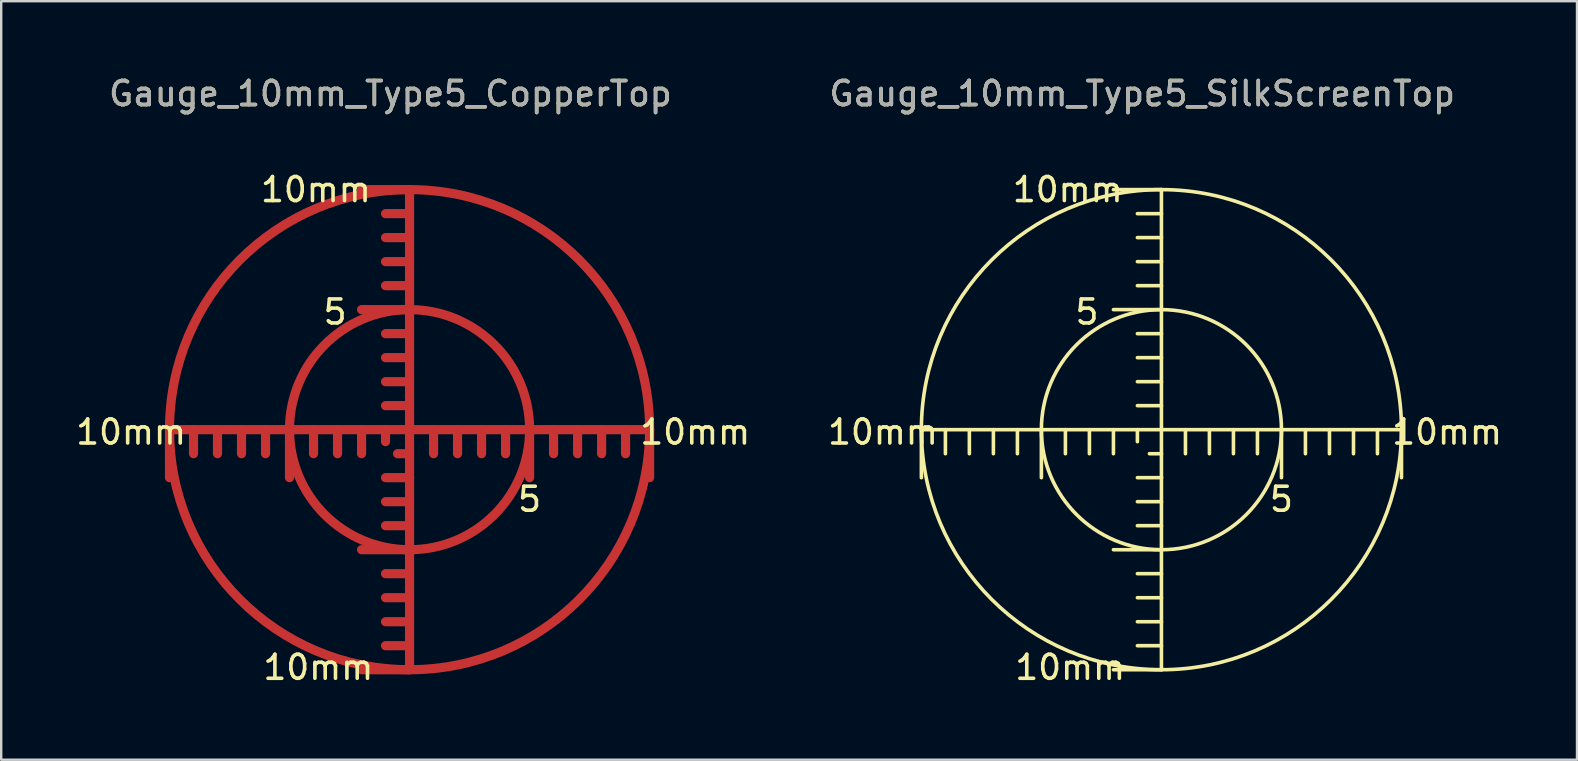
<source format=kicad_pcb>
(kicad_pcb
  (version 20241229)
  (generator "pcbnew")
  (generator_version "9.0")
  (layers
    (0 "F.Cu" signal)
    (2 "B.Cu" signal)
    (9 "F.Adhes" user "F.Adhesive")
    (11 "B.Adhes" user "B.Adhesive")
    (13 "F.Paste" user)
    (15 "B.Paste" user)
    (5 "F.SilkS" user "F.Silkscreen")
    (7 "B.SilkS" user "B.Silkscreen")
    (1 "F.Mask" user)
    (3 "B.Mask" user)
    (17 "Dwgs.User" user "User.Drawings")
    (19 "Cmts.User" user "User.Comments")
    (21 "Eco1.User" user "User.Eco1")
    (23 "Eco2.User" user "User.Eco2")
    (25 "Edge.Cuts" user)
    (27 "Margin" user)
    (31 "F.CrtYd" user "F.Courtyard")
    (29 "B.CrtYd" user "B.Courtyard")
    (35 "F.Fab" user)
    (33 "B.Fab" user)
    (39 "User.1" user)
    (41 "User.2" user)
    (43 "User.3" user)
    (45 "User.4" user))
  (footprint "Gauge_10mm_Type5_SilkScreenTop"
    (layer "F.Cu")
    (at 45.332 14.849)
    (property "Reference" "Gauge_10mm_Type5_SilkScreenTop" (at -0.8 -14 0) (layer "F.SilkS") (effects (font (size 1 1) (thickness 0.15))))
    (attr exclude_from_pos_files exclude_from_bom)
    (fp_line (start -10 0) (end -10 1.999) (stroke (width 0.15) (type solid)) (layer "F.SilkS"))
    (fp_line (start -8.999 0) (end -8.999 1.001) (stroke (width 0.15) (type solid)) (layer "F.SilkS"))
    (fp_line (start -8.001 0) (end -8.001 1.001) (stroke (width 0.15) (type solid)) (layer "F.SilkS"))
    (fp_line (start -7 0) (end -7 1.001) (stroke (width 0.15) (type solid)) (layer "F.SilkS"))
    (fp_line (start -5.999 0) (end -5.999 1.001) (stroke (width 0.15) (type solid)) (layer "F.SilkS"))
    (fp_line (start -5.001 0) (end -5.001 1.999) (stroke (width 0.15) (type solid)) (layer "F.SilkS"))
    (fp_line (start -4 0) (end -4 1.001) (stroke (width 0.15) (type solid)) (layer "F.SilkS"))
    (fp_line (start -3 0) (end -3 1.001) (stroke (width 0.15) (type solid)) (layer "F.SilkS"))
    (fp_line (start -1.999 0) (end -1.999 1.001) (stroke (width 0.15) (type solid)) (layer "F.SilkS"))
    (fp_line (start -1.001 0) (end -1.001 0.5) (stroke (width 0.15) (type solid)) (layer "F.SilkS"))
    (fp_line (start 0 -10) (end -1.999 -10) (stroke (width 0.15) (type solid)) (layer "F.SilkS"))
    (fp_line (start 0 -8.999) (end -1.001 -8.999) (stroke (width 0.15) (type solid)) (layer "F.SilkS"))
    (fp_line (start 0 -8.001) (end -1.001 -8.001) (stroke (width 0.15) (type solid)) (layer "F.SilkS"))
    (fp_line (start 0 -7) (end -1.001 -7) (stroke (width 0.15) (type solid)) (layer "F.SilkS"))
    (fp_line (start 0 -5.999) (end -1.001 -5.999) (stroke (width 0.15) (type solid)) (layer "F.SilkS"))
    (fp_line (start 0 -5.001) (end -1.999 -5.001) (stroke (width 0.15) (type solid)) (layer "F.SilkS"))
    (fp_line (start 0 -4) (end -1.001 -4) (stroke (width 0.15) (type solid)) (layer "F.SilkS"))
    (fp_line (start 0 -3) (end -1.001 -3) (stroke (width 0.15) (type solid)) (layer "F.SilkS"))
    (fp_line (start 0 -1.999) (end -1.001 -1.999) (stroke (width 0.15) (type solid)) (layer "F.SilkS"))
    (fp_line (start 0 -1.001) (end -1.001 -1.001) (stroke (width 0.15) (type solid)) (layer "F.SilkS"))
    (fp_line (start 0 0) (end -10 0) (stroke (width 0.15) (type solid)) (layer "F.SilkS"))
    (fp_line (start 0 0) (end 0 -10) (stroke (width 0.15) (type solid)) (layer "F.SilkS"))
    (fp_line (start 0 0) (end 0 1.999) (stroke (width 0.15) (type solid)) (layer "F.SilkS"))
    (fp_line (start 0 0) (end 10 0) (stroke (width 0.15) (type solid)) (layer "F.SilkS"))
    (fp_line (start 0 1.001) (end -0.5 1.001) (stroke (width 0.15) (type solid)) (layer "F.SilkS"))
    (fp_line (start 0 1.999) (end -1.001 1.999) (stroke (width 0.15) (type solid)) (layer "F.SilkS"))
    (fp_line (start 0 1.999) (end 0 10) (stroke (width 0.15) (type solid)) (layer "F.SilkS"))
    (fp_line (start 0 3) (end -1.001 3) (stroke (width 0.15) (type solid)) (layer "F.SilkS"))
    (fp_line (start 0 4) (end -1.001 4) (stroke (width 0.15) (type solid)) (layer "F.SilkS"))
    (fp_line (start 0 5.001) (end -1.999 5.001) (stroke (width 0.15) (type solid)) (layer "F.SilkS"))
    (fp_line (start 0 5.999) (end -1.001 5.999) (stroke (width 0.15) (type solid)) (layer "F.SilkS"))
    (fp_line (start 0 7) (end -1.001 7) (stroke (width 0.15) (type solid)) (layer "F.SilkS"))
    (fp_line (start 0 8.001) (end -1.001 8.001) (stroke (width 0.15) (type solid)) (layer "F.SilkS"))
    (fp_line (start 0 8.999) (end -1.001 8.999) (stroke (width 0.15) (type solid)) (layer "F.SilkS"))
    (fp_line (start 0 10) (end -1.999 10) (stroke (width 0.15) (type solid)) (layer "F.SilkS"))
    (fp_line (start 1.001 0) (end 1.001 1.001) (stroke (width 0.15) (type solid)) (layer "F.SilkS"))
    (fp_line (start 1.999 0) (end 1.999 1.001) (stroke (width 0.15) (type solid)) (layer "F.SilkS"))
    (fp_line (start 3 0) (end 3 1.001) (stroke (width 0.15) (type solid)) (layer "F.SilkS"))
    (fp_line (start 4 0) (end 4 1.001) (stroke (width 0.15) (type solid)) (layer "F.SilkS"))
    (fp_line (start 5.001 0) (end 5.001 1.999) (stroke (width 0.15) (type solid)) (layer "F.SilkS"))
    (fp_line (start 5.999 0) (end 5.999 1.001) (stroke (width 0.15) (type solid)) (layer "F.SilkS"))
    (fp_line (start 7 0) (end 7 1.001) (stroke (width 0.15) (type solid)) (layer "F.SilkS"))
    (fp_line (start 8.001 0) (end 8.001 1.001) (stroke (width 0.15) (type solid)) (layer "F.SilkS"))
    (fp_line (start 8.999 0) (end 8.999 1.001) (stroke (width 0.15) (type solid)) (layer "F.SilkS"))
    (fp_line (start 10 0) (end 10 1.999) (stroke (width 0.15) (type solid)) (layer "F.SilkS"))
    (fp_circle (center 0 0) (end 5.001 0) (stroke (width 0.15) (type solid)) (fill no) (layer "F.SilkS"))
    (fp_circle (center 0 0) (end 10 0) (stroke (width 0.15) (type solid)) (fill no) (layer "F.SilkS"))
    (fp_text user "10mm" (at 11.9 0.099 0) (layer "F.SilkS") (effects (font (size 1 1) (thickness 0.15))))
    (fp_text user "10mm" (at -3.8 9.901 0) (layer "F.SilkS") (effects (font (size 1 1) (thickness 0.15))))
    (fp_text user "10mm" (at -3.901 -10 0) (layer "F.SilkS") (effects (font (size 1 1) (thickness 0.15))))
    (fp_text user "5" (at -3.101 -4.9 0) (layer "F.SilkS") (effects (font (size 1 1) (thickness 0.15))))
    (fp_text user "5" (at 4.999 2.901 0) (layer "F.SilkS") (effects (font (size 1 1) (thickness 0.15))))
    (fp_text user "10mm" (at -11.6 0.099 0) (layer "F.SilkS") (effects (font (size 1 1) (thickness 0.15))))
    (fp_text user "${REFERENCE}" (at -0.8 -14 0) (layer "F.Fab") (effects (font (size 1 1) (thickness 0.15)))))
  (footprint "Gauge_10mm_Type5_CopperTop"
    (layer "F.Cu")
    (at 14.011 14.849)
    (property "Reference" "Gauge_10mm_Type5_CopperTop" (at -0.8 -14 0) (layer "F.SilkS") (effects (font (size 1 1) (thickness 0.15))))
    (attr exclude_from_pos_files exclude_from_bom)
    (fp_line (start -10 0) (end -10 1.999) (stroke (width 0.381) (type solid)) (layer "F.Cu"))
    (fp_line (start -8.999 0) (end -8.999 1.001) (stroke (width 0.381) (type solid)) (layer "F.Cu"))
    (fp_line (start -8.001 0) (end -8.001 1.001) (stroke (width 0.381) (type solid)) (layer "F.Cu"))
    (fp_line (start -7 0) (end -7 1.001) (stroke (width 0.381) (type solid)) (layer "F.Cu"))
    (fp_line (start -5.999 0) (end -5.999 1.001) (stroke (width 0.381) (type solid)) (layer "F.Cu"))
    (fp_line (start -5.001 0) (end -5.001 1.999) (stroke (width 0.381) (type solid)) (layer "F.Cu"))
    (fp_line (start -4 0) (end -4 1.001) (stroke (width 0.381) (type solid)) (layer "F.Cu"))
    (fp_line (start -3 0) (end -3 1.001) (stroke (width 0.381) (type solid)) (layer "F.Cu"))
    (fp_line (start -1.999 0) (end -1.999 1.001) (stroke (width 0.381) (type solid)) (layer "F.Cu"))
    (fp_line (start -1.001 0) (end -1.001 0.5) (stroke (width 0.381) (type solid)) (layer "F.Cu"))
    (fp_line (start 0 -10) (end -1.999 -10) (stroke (width 0.381) (type solid)) (layer "F.Cu"))
    (fp_line (start 0 -8.999) (end -1.001 -8.999) (stroke (width 0.381) (type solid)) (layer "F.Cu"))
    (fp_line (start 0 -8.001) (end -1.001 -8.001) (stroke (width 0.381) (type solid)) (layer "F.Cu"))
    (fp_line (start 0 -7) (end -1.001 -7) (stroke (width 0.381) (type solid)) (layer "F.Cu"))
    (fp_line (start 0 -5.999) (end -1.001 -5.999) (stroke (width 0.381) (type solid)) (layer "F.Cu"))
    (fp_line (start 0 -5.001) (end -1.999 -5.001) (stroke (width 0.381) (type solid)) (layer "F.Cu"))
    (fp_line (start 0 -4) (end -1.001 -4) (stroke (width 0.381) (type solid)) (layer "F.Cu"))
    (fp_line (start 0 -3) (end -1.001 -3) (stroke (width 0.381) (type solid)) (layer "F.Cu"))
    (fp_line (start 0 -1.999) (end -1.001 -1.999) (stroke (width 0.381) (type solid)) (layer "F.Cu"))
    (fp_line (start 0 -1.001) (end -1.001 -1.001) (stroke (width 0.381) (type solid)) (layer "F.Cu"))
    (fp_line (start 0 0) (end -10 0) (stroke (width 0.381) (type solid)) (layer "F.Cu"))
    (fp_line (start 0 0) (end 0 -10) (stroke (width 0.381) (type solid)) (layer "F.Cu"))
    (fp_line (start 0 0) (end 0 1.999) (stroke (width 0.381) (type solid)) (layer "F.Cu"))
    (fp_line (start 0 0) (end 10 0) (stroke (width 0.381) (type solid)) (layer "F.Cu"))
    (fp_line (start 0 1.001) (end -0.5 1.001) (stroke (width 0.381) (type solid)) (layer "F.Cu"))
    (fp_line (start 0 1.999) (end -1.001 1.999) (stroke (width 0.381) (type solid)) (layer "F.Cu"))
    (fp_line (start 0 1.999) (end 0 10) (stroke (width 0.381) (type solid)) (layer "F.Cu"))
    (fp_line (start 0 3) (end -1.001 3) (stroke (width 0.381) (type solid)) (layer "F.Cu"))
    (fp_line (start 0 4) (end -1.001 4) (stroke (width 0.381) (type solid)) (layer "F.Cu"))
    (fp_line (start 0 5.001) (end -1.999 5.001) (stroke (width 0.381) (type solid)) (layer "F.Cu"))
    (fp_line (start 0 5.999) (end -1.001 5.999) (stroke (width 0.381) (type solid)) (layer "F.Cu"))
    (fp_line (start 0 7) (end -1.001 7) (stroke (width 0.381) (type solid)) (layer "F.Cu"))
    (fp_line (start 0 8.001) (end -1.001 8.001) (stroke (width 0.381) (type solid)) (layer "F.Cu"))
    (fp_line (start 0 8.999) (end -1.001 8.999) (stroke (width 0.381) (type solid)) (layer "F.Cu"))
    (fp_line (start 0 10) (end -1.999 10) (stroke (width 0.381) (type solid)) (layer "F.Cu"))
    (fp_line (start 1.001 0) (end 1.001 1.001) (stroke (width 0.381) (type solid)) (layer "F.Cu"))
    (fp_line (start 1.999 0) (end 1.999 1.001) (stroke (width 0.381) (type solid)) (layer "F.Cu"))
    (fp_line (start 3 0) (end 3 1.001) (stroke (width 0.381) (type solid)) (layer "F.Cu"))
    (fp_line (start 4 0) (end 4 1.001) (stroke (width 0.381) (type solid)) (layer "F.Cu"))
    (fp_line (start 5.001 0) (end 5.001 1.999) (stroke (width 0.381) (type solid)) (layer "F.Cu"))
    (fp_line (start 5.999 0) (end 5.999 1.001) (stroke (width 0.381) (type solid)) (layer "F.Cu"))
    (fp_line (start 7 0) (end 7 1.001) (stroke (width 0.381) (type solid)) (layer "F.Cu"))
    (fp_line (start 8.001 0) (end 8.001 1.001) (stroke (width 0.381) (type solid)) (layer "F.Cu"))
    (fp_line (start 8.999 0) (end 8.999 1.001) (stroke (width 0.381) (type solid)) (layer "F.Cu"))
    (fp_line (start 10 0) (end 10 1.999) (stroke (width 0.381) (type solid)) (layer "F.Cu"))
    (fp_circle (center 0 0) (end 5.001 0) (stroke (width 0.381) (type solid)) (fill no) (layer "F.Cu"))
    (fp_circle (center 0 0) (end 10 0) (stroke (width 0.381) (type solid)) (fill no) (layer "F.Cu"))
    (fp_text user "10mm" (at 11.9 0.099 0) (layer "F.SilkS") (effects (font (size 1 1) (thickness 0.15))))
    (fp_text user "10mm" (at -3.901 -10 0) (layer "F.SilkS") (effects (font (size 1 1) (thickness 0.15))))
    (fp_text user "10mm" (at -11.6 0.099 0) (layer "F.SilkS") (effects (font (size 1 1) (thickness 0.15))))
    (fp_text user "5" (at -3.101 -4.9 0) (layer "F.SilkS") (effects (font (size 1 1) (thickness 0.15))))
    (fp_text user "5" (at 4.999 2.901 0) (layer "F.SilkS") (effects (font (size 1 1) (thickness 0.15))))
    (fp_text user "10mm" (at -3.8 9.901 0) (layer "F.SilkS") (effects (font (size 1 1) (thickness 0.15))))
    (fp_text user "${REFERENCE}" (at -0.8 -14 0) (layer "F.Fab") (effects (font (size 1 1) (thickness 0.15)))))
  (gr_rect
    (start -3 -3)
    (end 62.643 28.598)
    (stroke (width 0.1) (type default))
    (fill no)
    (layer "Edge.Cuts")))
</source>
